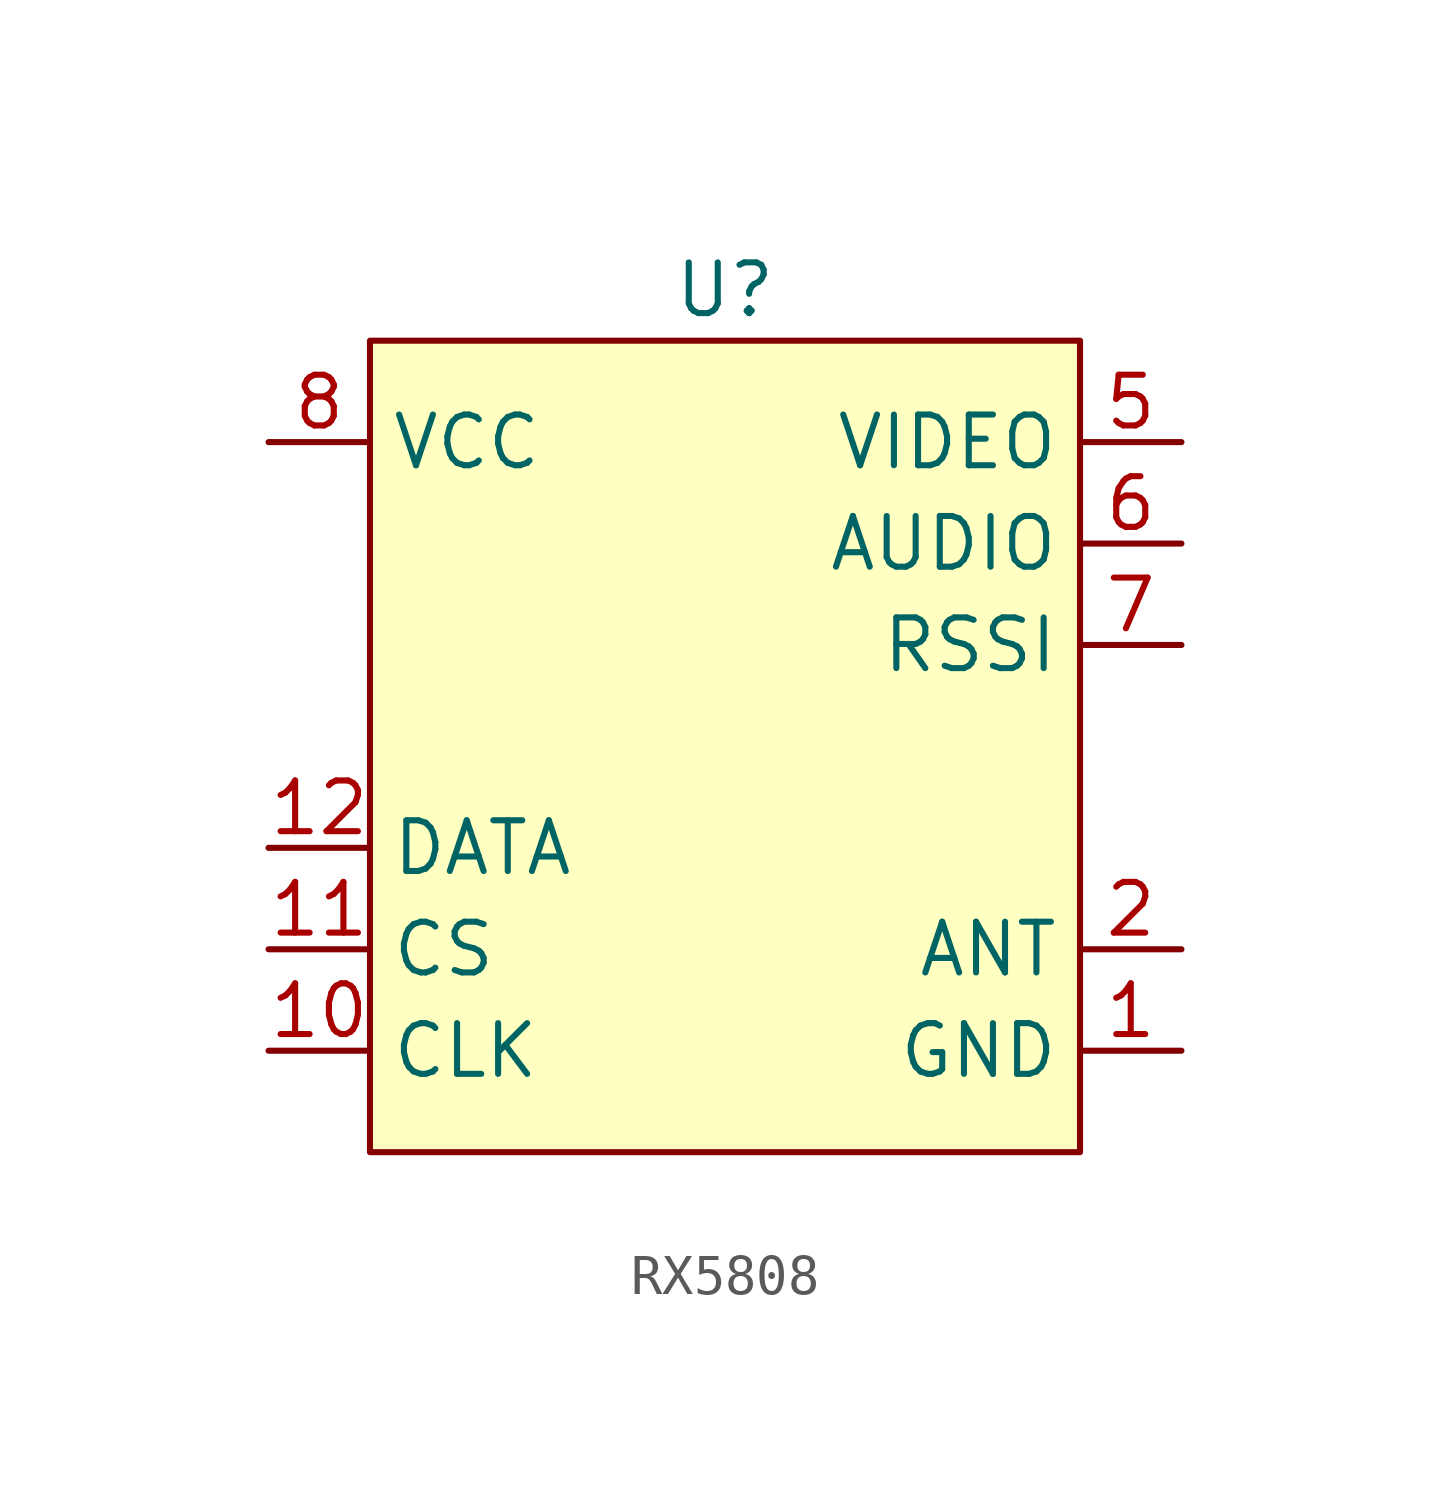
<source format=kicad_sym>
(kicad_symbol_lib
  (version 20241209)
  (generator "kicad_symbol_editor")
  (generator_version "9.0")
  (symbol "RX5808"
    (property "Reference" "U"
      (at 0 11.43 0)
      (effects (font (size 1.27 1.27))))
    (property "Value" ""
      (at 0 0 0)
      (effects (font (size 1.27 1.27))))
    (symbol "RX5808_1_1"
      (rectangle (start -8.89 10.16) (end 8.89 -10.16) (stroke (width 0) (type solid)) (fill (type background)))
      (pin power_in line (at -11.43 7.62 0) (length 2.54) (name "VCC" (effects (font (size 1.27 1.27)))) (number "8" (effects (font (size 1.27 1.27)))))
      (pin input line (at -11.43 -2.54 0) (length 2.54) (name "DATA" (effects (font (size 1.27 1.27)))) (number "12" (effects (font (size 1.27 1.27)))))
      (pin input line (at -11.43 -5.08 0) (length 2.54) (name "CS" (effects (font (size 1.27 1.27)))) (number "11" (effects (font (size 1.27 1.27)))))
      (pin input line (at -11.43 -7.62 0) (length 2.54) (name "CLK" (effects (font (size 1.27 1.27)))) (number "10" (effects (font (size 1.27 1.27)))))
      (pin output line (at 11.43 7.62 180) (length 2.54) (name "VIDEO" (effects (font (size 1.27 1.27)))) (number "5" (effects (font (size 1.27 1.27)))))
      (pin output line (at 11.43 5.08 180) (length 2.54) (name "AUDIO" (effects (font (size 1.27 1.27)))) (number "6" (effects (font (size 1.27 1.27)))))
      (pin output line (at 11.43 2.54 180) (length 2.54) (name "RSSI" (effects (font (size 1.27 1.27)))) (number "7" (effects (font (size 1.27 1.27)))))
      (pin input line (at 11.43 -5.08 180) (length 2.54) (name "ANT" (effects (font (size 1.27 1.27)))) (number "2" (effects (font (size 1.27 1.27)))))
      (pin power_out line (at 11.43 -7.62 180) (length 2.54) (name "GND" (effects (font (size 1.27 1.27)))) (number "1" (effects (font (size 1.27 1.27)))))
      (pin power_out line (at 11.43 -7.62 180) (length 2.54) (hide yes) (name "GND" (effects (font (size 1.27 1.27)))) (number "3" (effects (font (size 1.27 1.27)))))
      (pin power_out line (at 11.43 -7.62 180) (length 2.54) (hide yes) (name "GND" (effects (font (size 1.27 1.27)))) (number "4" (effects (font (size 1.27 1.27)))))
      (pin power_out line (at 11.43 -7.62 180) (length 2.54) (hide yes) (name "GND" (effects (font (size 1.27 1.27)))) (number "9" (effects (font (size 1.27 1.27))))))))
</source>
